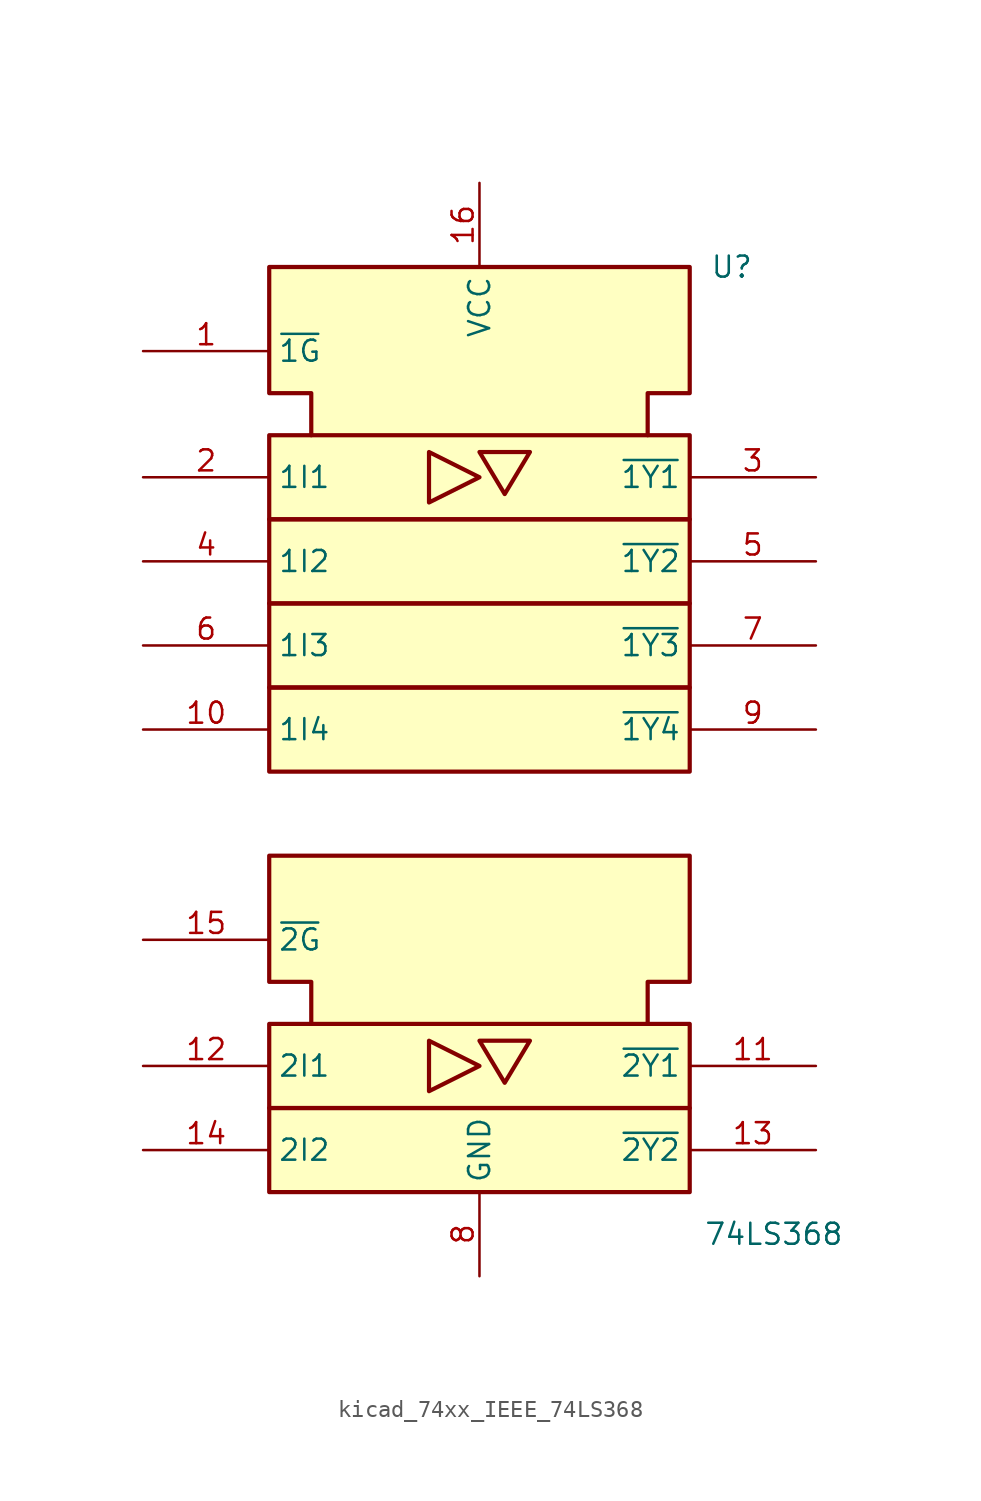
<source format=kicad_sym>
(kicad_symbol_lib
  (version 20220914)
  (generator kicad_symbol_editor)
  (symbol "kicad_74xx_IEEE_74LS368"
    (property "Reference" "U"
      (at 15.24 17.78 0)
      (effects (font (size 1.27 1.27))))
    (property "Value" "74LS368"
      (at 17.78 -40.64 0)
      (effects (font (size 1.27 1.27))))
    (symbol "kicad_74xx_IEEE_74LS368_0_0"
      (rectangle (start -12.7 -33.02) (end 12.7 -38.1) (stroke (width 0.254) (type default)) (fill (type background)))
      (rectangle (start -12.7 -27.94) (end 12.7 -33.02) (stroke (width 0.254) (type default)) (fill (type background)))
      (rectangle (start -12.7 -7.62) (end 12.7 -12.7) (stroke (width 0.254) (type default)) (fill (type background)))
      (rectangle (start -12.7 -2.54) (end 12.7 -7.62) (stroke (width 0.254) (type default)) (fill (type background)))
      (rectangle (start -12.7 2.54) (end 12.7 -2.54) (stroke (width 0.254) (type default)) (fill (type background)))
      (rectangle (start -12.7 7.62) (end 12.7 2.54) (stroke (width 0.254) (type default)) (fill (type background)))
      (polyline (pts (xy -3.048 -28.956) (xy -3.048 -32.004) (xy 0 -30.48) (xy -3.048 -28.956) (xy -3.048 -28.956)) (stroke (width 0.254) (type default)) (fill (type background)))
      (polyline (pts (xy -3.048 6.604) (xy 0 5.08) (xy -3.048 3.556) (xy -3.048 6.604) (xy -3.048 6.604)) (stroke (width 0.254) (type default)) (fill (type background)))
      (polyline (pts (xy -10.16 -27.94) (xy -10.16 -25.4) (xy -12.7 -25.4) (xy -12.7 -17.78) (xy 12.7 -17.78) (xy 12.7 -25.4) (xy 10.16 -25.4) (xy 10.16 -27.94) (xy 10.16 -27.94)) (stroke (width 0.254) (type default)) (fill (type background)))
      (polyline (pts (xy -10.16 7.62) (xy -10.16 10.16) (xy -12.7 10.16) (xy -12.7 17.78) (xy 12.7 17.78) (xy 12.7 10.16) (xy 10.16 10.16) (xy 10.16 7.62) (xy 10.16 7.62)) (stroke (width 0.254) (type default)) (fill (type background)))
      (pin power_in line (at 0 22.86 270) (length 5.08) (name "VCC" (effects (font (size 1.27 1.27)))) (number "16" (effects (font (size 1.27 1.27)))))
      (pin power_in line (at 0 -43.18 90) (length 5.08) (name "GND" (effects (font (size 1.27 1.27)))) (number "8" (effects (font (size 1.27 1.27))))))
    (symbol "kicad_74xx_IEEE_74LS368_0_1"
      (polyline (pts (xy 0 -28.956) (xy 3.048 -28.956) (xy 1.524 -31.496) (xy 0 -28.956) (xy 0 -28.956)) (stroke (width 0.254) (type default)) (fill (type background)))
      (polyline (pts (xy 0 6.604) (xy 3.048 6.604) (xy 1.524 4.064) (xy 0 6.604) (xy 0.508 6.604)) (stroke (width 0.254) (type default)) (fill (type background))))
    (symbol "kicad_74xx_IEEE_74LS368_1_1"
      (pin input line (at -20.32 12.7 0) (length 7.62) (name "~{1G}" (effects (font (size 1.27 1.27)))) (number "1" (effects (font (size 1.27 1.27)))))
      (pin input line (at -20.32 -10.16 0) (length 7.62) (name "1I4" (effects (font (size 1.27 1.27)))) (number "10" (effects (font (size 1.27 1.27)))))
      (pin tri_state line (at 20.32 -30.48 180) (length 7.62) (name "~{2Y1}" (effects (font (size 1.27 1.27)))) (number "11" (effects (font (size 1.27 1.27)))))
      (pin input line (at -20.32 -30.48 0) (length 7.62) (name "2I1" (effects (font (size 1.27 1.27)))) (number "12" (effects (font (size 1.27 1.27)))))
      (pin tri_state line (at 20.32 -35.56 180) (length 7.62) (name "~{2Y2}" (effects (font (size 1.27 1.27)))) (number "13" (effects (font (size 1.27 1.27)))))
      (pin input line (at -20.32 -35.56 0) (length 7.62) (name "2I2" (effects (font (size 1.27 1.27)))) (number "14" (effects (font (size 1.27 1.27)))))
      (pin input line (at -20.32 -22.86 0) (length 7.62) (name "~{2G}" (effects (font (size 1.27 1.27)))) (number "15" (effects (font (size 1.27 1.27)))))
      (pin input line (at -20.32 5.08 0) (length 7.62) (name "1I1" (effects (font (size 1.27 1.27)))) (number "2" (effects (font (size 1.27 1.27)))))
      (pin tri_state line (at 20.32 5.08 180) (length 7.62) (name "~{1Y1}" (effects (font (size 1.27 1.27)))) (number "3" (effects (font (size 1.27 1.27)))))
      (pin input line (at -20.32 0 0) (length 7.62) (name "1I2" (effects (font (size 1.27 1.27)))) (number "4" (effects (font (size 1.27 1.27)))))
      (pin tri_state line (at 20.32 0 180) (length 7.62) (name "~{1Y2}" (effects (font (size 1.27 1.27)))) (number "5" (effects (font (size 1.27 1.27)))))
      (pin input line (at -20.32 -5.08 0) (length 7.62) (name "1I3" (effects (font (size 1.27 1.27)))) (number "6" (effects (font (size 1.27 1.27)))))
      (pin tri_state line (at 20.32 -5.08 180) (length 7.62) (name "~{1Y3}" (effects (font (size 1.27 1.27)))) (number "7" (effects (font (size 1.27 1.27)))))
      (pin tri_state line (at 20.32 -10.16 180) (length 7.62) (name "~{1Y4}" (effects (font (size 1.27 1.27)))) (number "9" (effects (font (size 1.27 1.27))))))))
</source>
